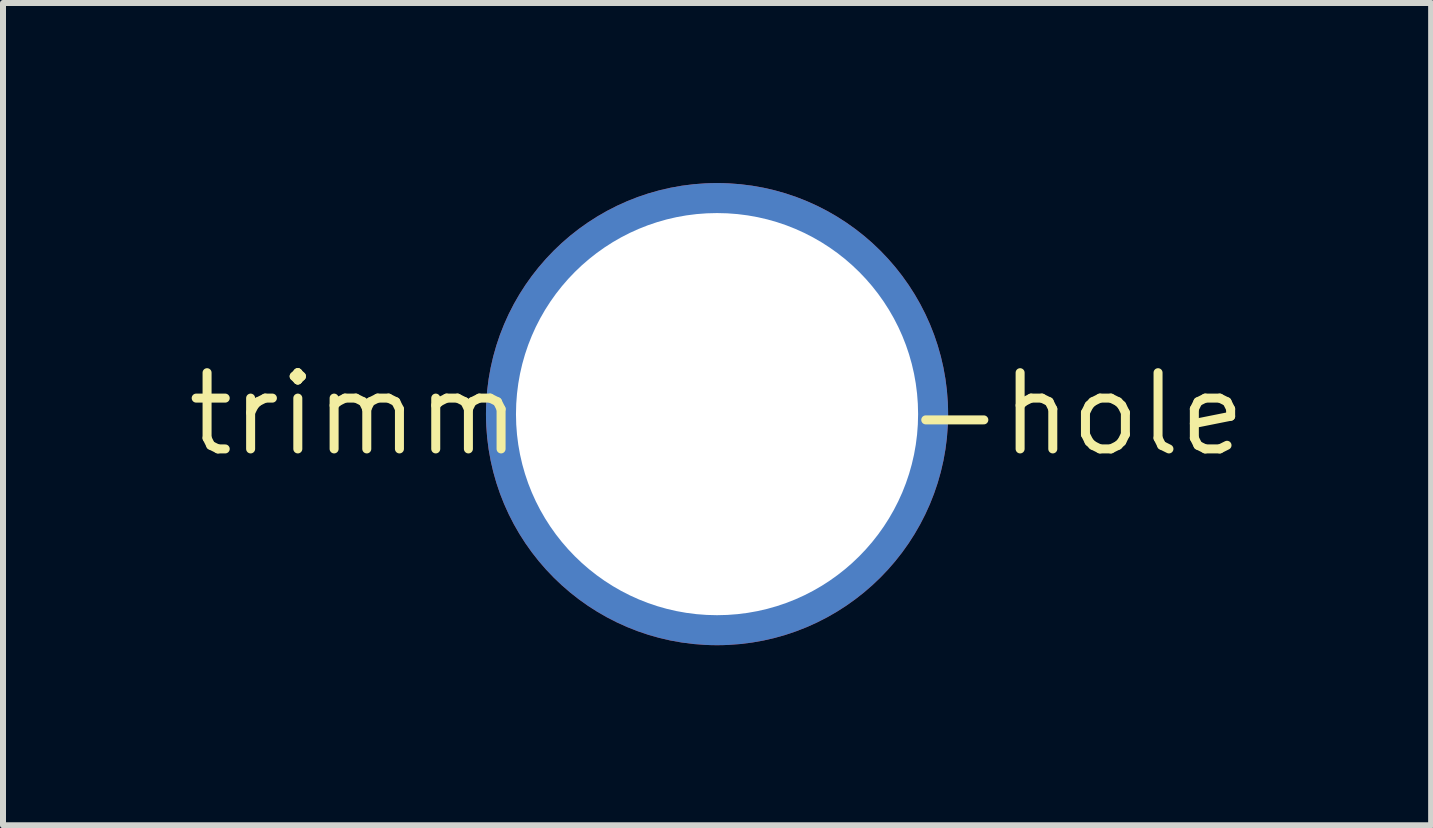
<source format=kicad_pcb>
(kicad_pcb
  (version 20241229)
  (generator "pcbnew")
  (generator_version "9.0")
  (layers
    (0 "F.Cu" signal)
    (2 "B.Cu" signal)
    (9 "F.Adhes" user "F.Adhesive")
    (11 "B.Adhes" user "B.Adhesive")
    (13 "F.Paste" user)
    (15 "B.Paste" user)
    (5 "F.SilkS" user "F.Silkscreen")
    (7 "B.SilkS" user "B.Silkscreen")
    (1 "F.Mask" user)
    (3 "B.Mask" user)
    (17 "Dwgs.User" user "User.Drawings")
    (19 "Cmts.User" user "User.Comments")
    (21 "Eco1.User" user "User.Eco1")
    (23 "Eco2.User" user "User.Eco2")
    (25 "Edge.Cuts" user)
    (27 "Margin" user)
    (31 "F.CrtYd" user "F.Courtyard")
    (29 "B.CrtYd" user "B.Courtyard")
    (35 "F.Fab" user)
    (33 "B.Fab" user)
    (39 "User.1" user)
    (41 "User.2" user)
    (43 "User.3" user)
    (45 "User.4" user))
  (footprint "trimmer-pot-hole"
    (layer "F.Cu")
    (at 8.897 3.85)
    (property "Reference" "trimmer-pot-hole" (at 0 0 0) (layer "F.SilkS") (effects (font (size 1.27 1.27) (thickness 0.15))))
    (attr through_hole)
    (pad "" thru_hole circle (at 0 0) (size 7.7 7.7) (drill 6.7) (layers "*.Cu" "*.Mask")))
  (gr_rect
    (start -3 -3)
    (end 20.795 10.7)
    (stroke (width 0.1) (type default))
    (fill no)
    (layer "Edge.Cuts")))
</source>
